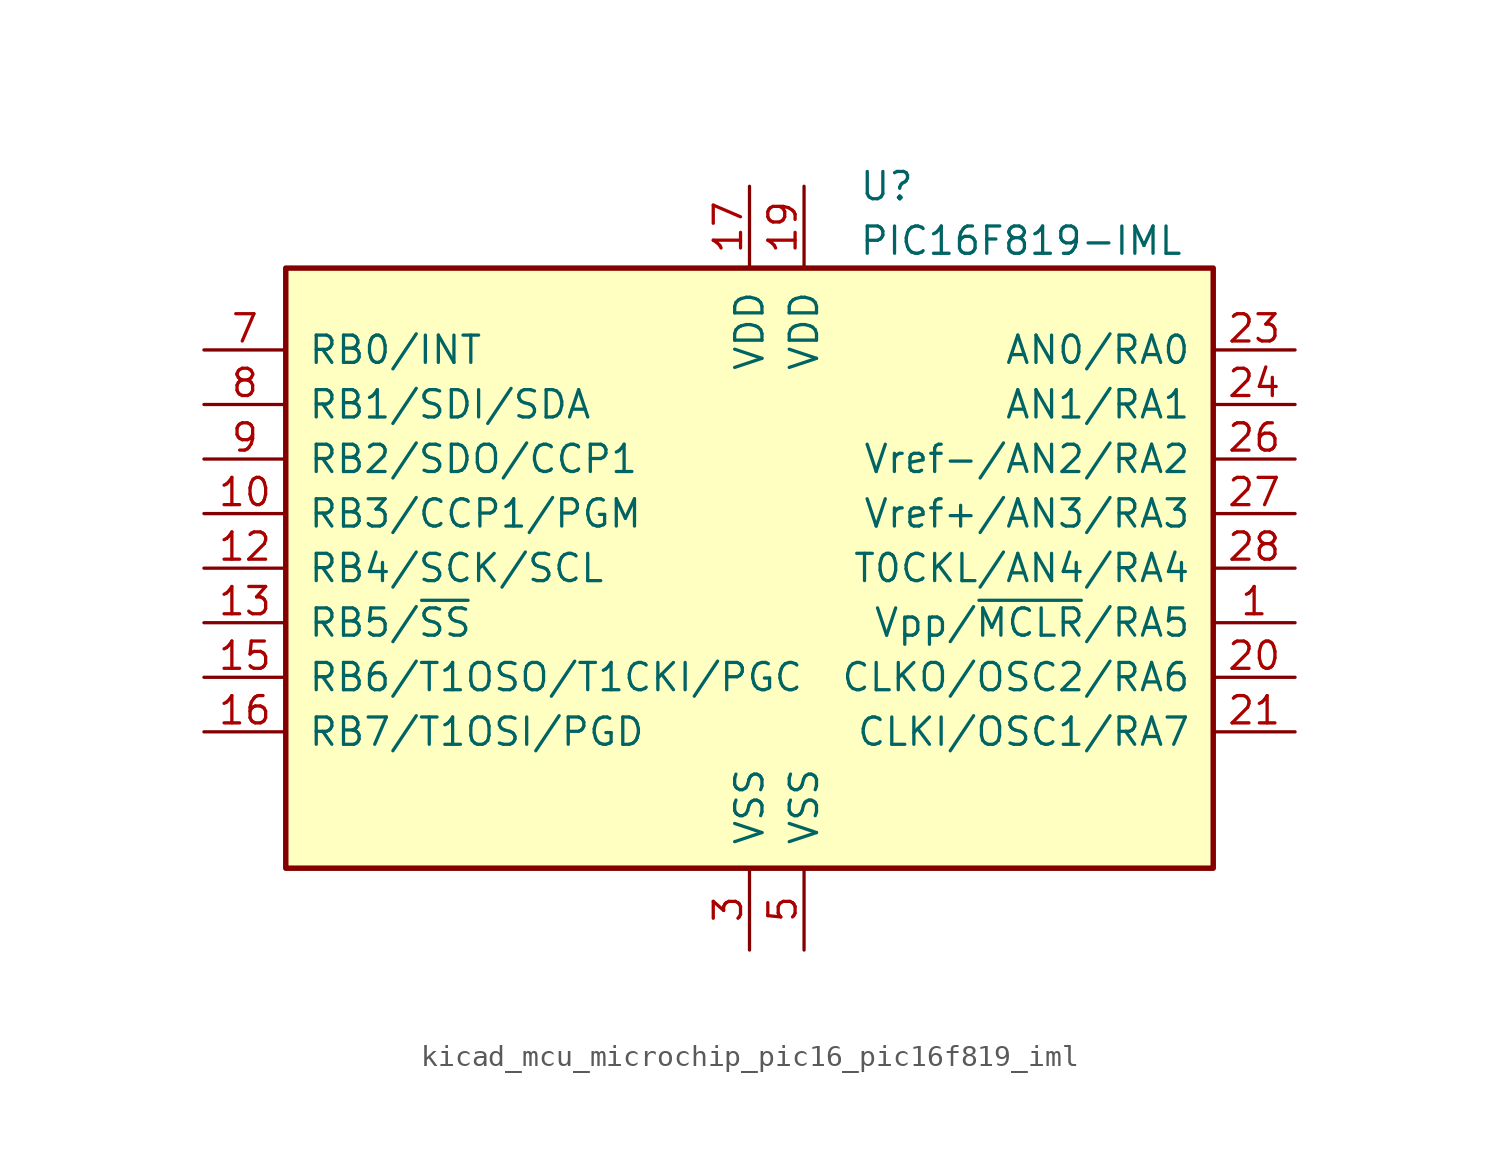
<source format=kicad_sym>
(kicad_symbol_lib
  (version 20220914)
  (generator kicad_symbol_editor)
  (symbol "kicad_mcu_microchip_pic16_pic16f819_iml"
    (pin_names
      (offset 1.016))
    (property "Reference" "U"
      (at 5.08 17.78 0)
      (effects (font (size 1.27 1.27)) (justify left)))
    (property "Value" "PIC16F819-IML"
      (at 5.08 15.24 0)
      (effects (font (size 1.27 1.27)) (justify left)))
    (symbol "kicad_mcu_microchip_pic16_pic16f819_iml_0_1"
      (rectangle (start -21.59 13.97) (end 21.59 -13.97) (stroke (width 0.254) (type default)) (fill (type background))))
    (symbol "kicad_mcu_microchip_pic16_pic16f819_iml_1_1"
      (pin input line (at 25.4 -2.54 180) (length 3.81) (name "Vpp/~{MCLR}/RA5" (effects (font (size 1.27 1.27)))) (number "1" (effects (font (size 1.27 1.27)))))
      (pin bidirectional line (at -25.4 2.54 0) (length 3.81) (name "RB3/CCP1/PGM" (effects (font (size 1.27 1.27)))) (number "10" (effects (font (size 1.27 1.27)))))
      (pin bidirectional line (at -25.4 0 0) (length 3.81) (name "RB4/SCK/SCL" (effects (font (size 1.27 1.27)))) (number "12" (effects (font (size 1.27 1.27)))))
      (pin bidirectional line (at -25.4 -2.54 0) (length 3.81) (name "RB5/~{SS}" (effects (font (size 1.27 1.27)))) (number "13" (effects (font (size 1.27 1.27)))))
      (pin bidirectional line (at -25.4 -5.08 0) (length 3.81) (name "RB6/T1OSO/T1CKI/PGC" (effects (font (size 1.27 1.27)))) (number "15" (effects (font (size 1.27 1.27)))))
      (pin bidirectional line (at -25.4 -7.62 0) (length 3.81) (name "RB7/T1OSI/PGD" (effects (font (size 1.27 1.27)))) (number "16" (effects (font (size 1.27 1.27)))))
      (pin power_in line (at 0 17.78 270) (length 3.81) (name "VDD" (effects (font (size 1.27 1.27)))) (number "17" (effects (font (size 1.27 1.27)))))
      (pin power_in line (at 2.54 17.78 270) (length 3.81) (name "VDD" (effects (font (size 1.27 1.27)))) (number "19" (effects (font (size 1.27 1.27)))))
      (pin bidirectional line (at 25.4 -5.08 180) (length 3.81) (name "CLKO/OSC2/RA6" (effects (font (size 1.27 1.27)))) (number "20" (effects (font (size 1.27 1.27)))))
      (pin bidirectional line (at 25.4 -7.62 180) (length 3.81) (name "CLKI/OSC1/RA7" (effects (font (size 1.27 1.27)))) (number "21" (effects (font (size 1.27 1.27)))))
      (pin bidirectional line (at 25.4 10.16 180) (length 3.81) (name "AN0/RA0" (effects (font (size 1.27 1.27)))) (number "23" (effects (font (size 1.27 1.27)))))
      (pin bidirectional line (at 25.4 7.62 180) (length 3.81) (name "AN1/RA1" (effects (font (size 1.27 1.27)))) (number "24" (effects (font (size 1.27 1.27)))))
      (pin bidirectional line (at 25.4 5.08 180) (length 3.81) (name "Vref-/AN2/RA2" (effects (font (size 1.27 1.27)))) (number "26" (effects (font (size 1.27 1.27)))))
      (pin bidirectional line (at 25.4 2.54 180) (length 3.81) (name "Vref+/AN3/RA3" (effects (font (size 1.27 1.27)))) (number "27" (effects (font (size 1.27 1.27)))))
      (pin bidirectional line (at 25.4 0 180) (length 3.81) (name "T0CKL/AN4/RA4" (effects (font (size 1.27 1.27)))) (number "28" (effects (font (size 1.27 1.27)))))
      (pin power_in line (at 0 -17.78 90) (length 3.81) (name "VSS" (effects (font (size 1.27 1.27)))) (number "3" (effects (font (size 1.27 1.27)))))
      (pin power_in line (at 2.54 -17.78 90) (length 3.81) (name "VSS" (effects (font (size 1.27 1.27)))) (number "5" (effects (font (size 1.27 1.27)))))
      (pin bidirectional line (at -25.4 10.16 0) (length 3.81) (name "RB0/INT" (effects (font (size 1.27 1.27)))) (number "7" (effects (font (size 1.27 1.27)))))
      (pin bidirectional line (at -25.4 7.62 0) (length 3.81) (name "RB1/SDI/SDA" (effects (font (size 1.27 1.27)))) (number "8" (effects (font (size 1.27 1.27)))))
      (pin bidirectional line (at -25.4 5.08 0) (length 3.81) (name "RB2/SDO/CCP1" (effects (font (size 1.27 1.27)))) (number "9" (effects (font (size 1.27 1.27))))))))
</source>
